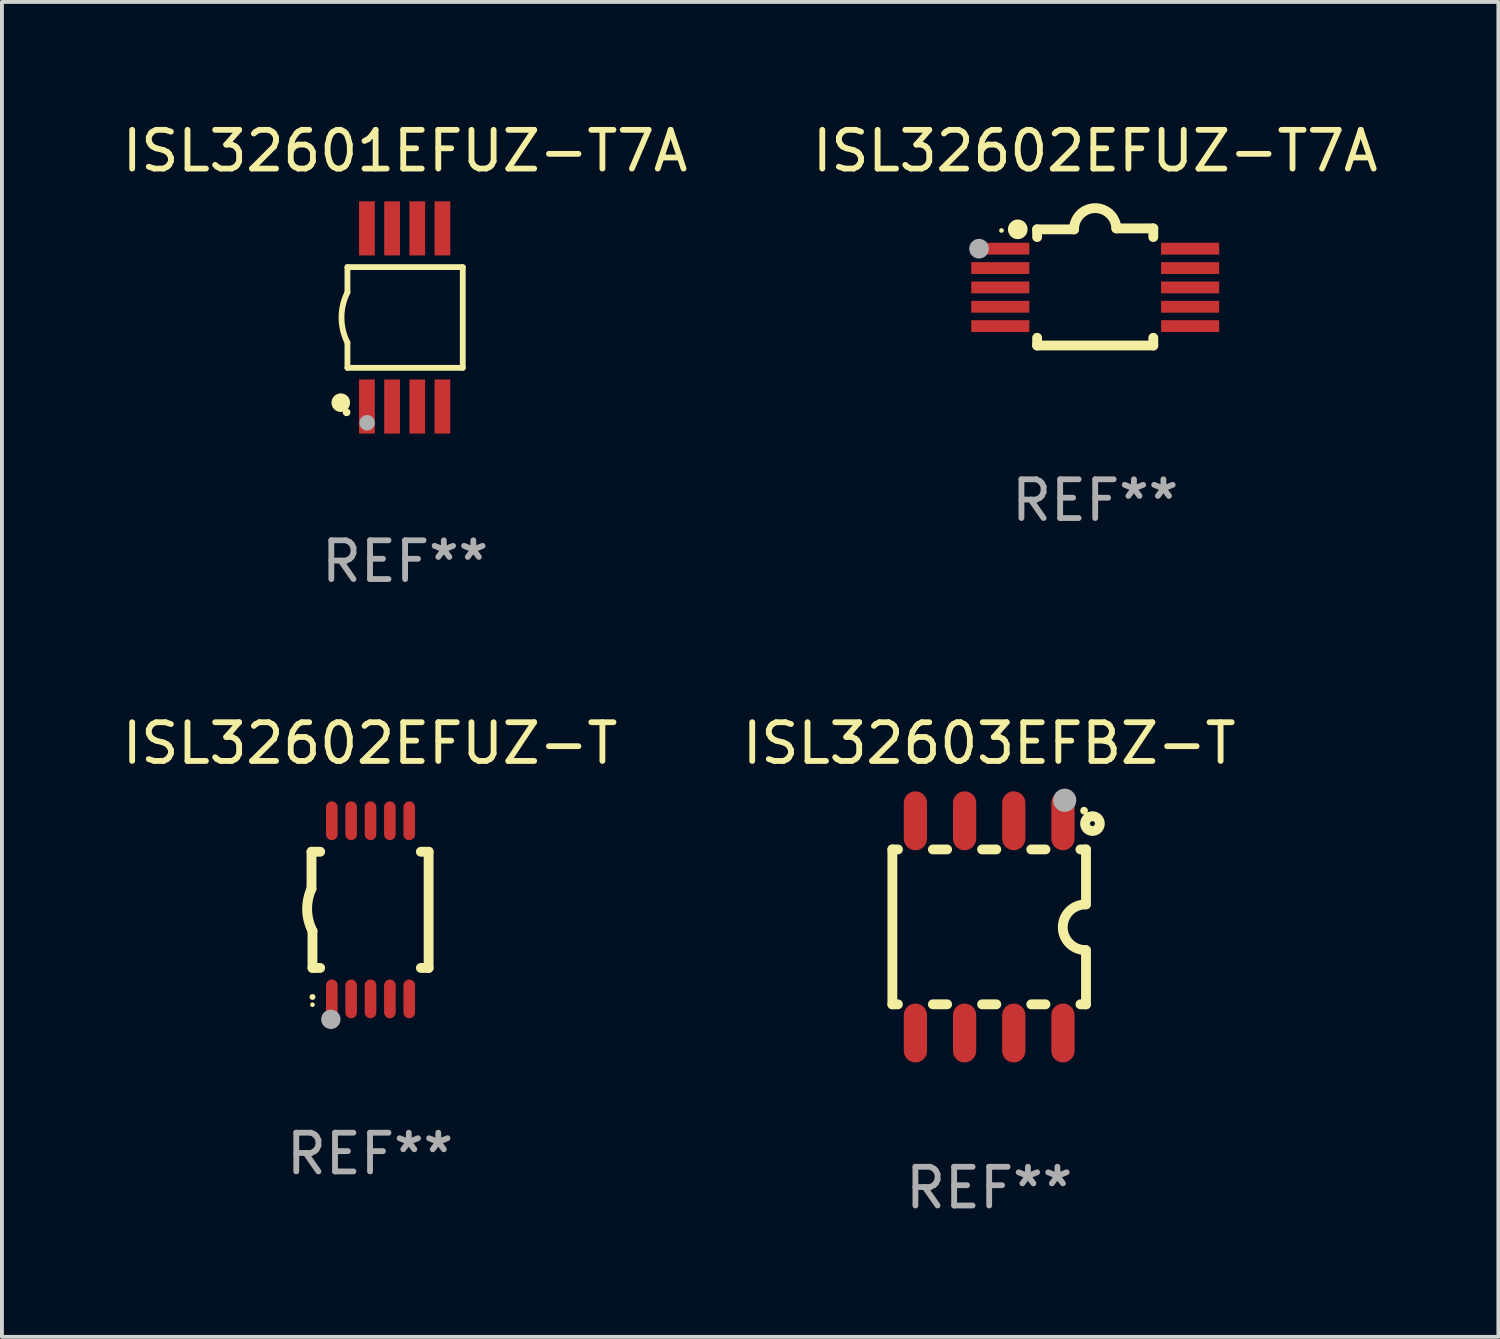
<source format=kicad_pcb>
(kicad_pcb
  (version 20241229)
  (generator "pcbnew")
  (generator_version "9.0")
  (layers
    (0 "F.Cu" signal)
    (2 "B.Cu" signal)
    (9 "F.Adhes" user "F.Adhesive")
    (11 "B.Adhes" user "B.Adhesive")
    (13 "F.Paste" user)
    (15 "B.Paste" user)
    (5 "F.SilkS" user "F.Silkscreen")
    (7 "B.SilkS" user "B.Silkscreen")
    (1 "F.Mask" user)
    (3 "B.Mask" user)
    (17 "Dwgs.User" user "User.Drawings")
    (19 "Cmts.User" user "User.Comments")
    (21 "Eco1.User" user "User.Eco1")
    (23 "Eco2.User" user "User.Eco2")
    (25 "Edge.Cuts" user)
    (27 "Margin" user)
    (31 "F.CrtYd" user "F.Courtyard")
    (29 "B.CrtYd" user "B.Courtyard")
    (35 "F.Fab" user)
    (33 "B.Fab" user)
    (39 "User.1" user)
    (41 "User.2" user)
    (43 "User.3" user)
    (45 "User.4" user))
  (footprint "ISL32602EFUZ-T"
    (layer "F.Cu")
    (at 6.506 20.445)
    (property "Reference" "ISL32602EFUZ-T" (at 0 -4.3 0) (layer "F.SilkS") (effects (font (size 1 1) (thickness 0.15))))
    (attr through_hole)
    (fp_line (start -1.512 -1.5) (end -1.512 -0.546) (stroke (width 0.254) (type solid)) (layer "F.SilkS"))
    (fp_line (start -1.487 0.546) (end -1.487 1.5) (stroke (width 0.254) (type solid)) (layer "F.SilkS"))
    (fp_line (start -1.288 -1.5) (end -1.512 -1.5) (stroke (width 0.254) (type solid)) (layer "F.SilkS"))
    (fp_line (start -1.288 1.5) (end -1.487 1.5) (stroke (width 0.254) (type solid)) (layer "F.SilkS"))
    (fp_line (start 1.512 -1.5) (end 1.312 -1.5) (stroke (width 0.254) (type solid)) (layer "F.SilkS"))
    (fp_line (start 1.512 -1.5) (end 1.512 1.5) (stroke (width 0.254) (type solid)) (layer "F.SilkS"))
    (fp_line (start 1.512 1.5) (end 1.312 1.5) (stroke (width 0.254) (type solid)) (layer "F.SilkS"))
    (fp_arc (start -1.487998 2.250013) (mid -1.486728 2.250007) (end -1.485458 2.250013) (stroke (width 0.150013) (type solid)) (layer "F.SilkS"))
    (fp_arc (start -1.486602 0.546102) (mid -1.624196 0.002905) (end -1.512002 -0.546101) (stroke (width 0.254001) (type solid)) (layer "F.SilkS"))
    (fp_circle (center -1.488 2.45) (end -1.458 2.45) (stroke (width 0.06) (type solid)) (fill no) (layer "F.SilkS"))
    (fp_circle (center -1.012 2.828) (end -0.887 2.828) (stroke (width 0.25) (type solid)) (fill no) (layer "F.Fab"))
    (fp_text user "REF**" (at 0 6.3 0) (layer "F.Fab") (effects (font (size 1 1) (thickness 0.15))))
    (pad "1" smd oval (at -0.988 2.3) (size 0.3 1) (layers "F.Cu" "F.Mask" "F.Paste"))
    (pad "2" smd oval (at -0.488 2.3) (size 0.3 1) (layers "F.Cu" "F.Mask" "F.Paste"))
    (pad "3" smd oval (at 0.012 2.3) (size 0.3 1) (layers "F.Cu" "F.Mask" "F.Paste"))
    (pad "4" smd oval (at 0.512 2.3) (size 0.3 1) (layers "F.Cu" "F.Mask" "F.Paste"))
    (pad "5" smd oval (at 1.012 2.3) (size 0.3 1) (layers "F.Cu" "F.Mask" "F.Paste"))
    (pad "6" smd oval (at 1.012 -2.3) (size 0.3 1) (layers "F.Cu" "F.Mask" "F.Paste"))
    (pad "7" smd oval (at 0.512 -2.3) (size 0.3 1) (layers "F.Cu" "F.Mask" "F.Paste"))
    (pad "8" smd oval (at 0.012 -2.3) (size 0.3 1) (layers "F.Cu" "F.Mask" "F.Paste"))
    (pad "9" smd oval (at -0.488 -2.3) (size 0.3 1) (layers "F.Cu" "F.Mask" "F.Paste"))
    (pad "10" smd oval (at -0.988 -2.3) (size 0.3 1) (layers "F.Cu" "F.Mask" "F.Paste")))
  (footprint "ISL32602EFUZ-T7A"
    (layer "F.Cu")
    (at 25.232 4.36)
    (property "Reference" "ISL32602EFUZ-T7A" (at 0 -3.512 0) (layer "F.SilkS") (effects (font (size 1 1) (thickness 0.15))))
    (attr through_hole)
    (fp_line (start -1.5 -1.288) (end -1.5 -1.487) (stroke (width 0.254) (type solid)) (layer "F.SilkS"))
    (fp_line (start -1.5 1.512) (end -1.5 1.312) (stroke (width 0.254) (type solid)) (layer "F.SilkS"))
    (fp_line (start -0.546 -1.487) (end -1.5 -1.487) (stroke (width 0.254) (type solid)) (layer "F.SilkS"))
    (fp_line (start 1.5 -1.512) (end 0.546 -1.512) (stroke (width 0.254) (type solid)) (layer "F.SilkS"))
    (fp_line (start 1.5 -1.288) (end 1.5 -1.512) (stroke (width 0.254) (type solid)) (layer "F.SilkS"))
    (fp_line (start 1.5 1.512) (end -1.5 1.512) (stroke (width 0.254) (type solid)) (layer "F.SilkS"))
    (fp_line (start 1.5 1.512) (end 1.5 1.312) (stroke (width 0.254) (type solid)) (layer "F.SilkS"))
    (fp_arc (start -0.546151 -1.486601) (mid -0.01246 -2.032889) (end 0.54605 -1.512002) (stroke (width 0.254001) (type solid)) (layer "F.SilkS"))
    (fp_circle (center -2.42 -1.458) (end -2.39 -1.458) (stroke (width 0.06) (type solid)) (fill no) (layer "F.SilkS"))
    (fp_circle (center -2 -1.488) (end -1.873 -1.488) (stroke (width 0.254) (type solid)) (fill no) (layer "F.SilkS"))
    (fp_circle (center -3 -0.988) (end -2.873 -0.988) (stroke (width 0.254) (type solid)) (fill no) (layer "F.Fab"))
    (fp_text user "REF**" (at 0 5.512 0) (layer "F.Fab") (effects (font (size 1 1) (thickness 0.15))))
    (pad "1" smd rect (at -2.451 -0.988) (size 1.5 0.305) (layers "F.Cu" "F.Mask" "F.Paste"))
    (pad "2" smd rect (at -2.451 -0.488) (size 1.5 0.305) (layers "F.Cu" "F.Mask" "F.Paste"))
    (pad "3" smd rect (at -2.451 0.012) (size 1.5 0.305) (layers "F.Cu" "F.Mask" "F.Paste"))
    (pad "4" smd rect (at -2.451 0.512) (size 1.5 0.305) (layers "F.Cu" "F.Mask" "F.Paste"))
    (pad "5" smd rect (at -2.451 1.012) (size 1.5 0.305) (layers "F.Cu" "F.Mask" "F.Paste"))
    (pad "6" smd rect (at 2.451 1.012) (size 1.5 0.305) (layers "F.Cu" "F.Mask" "F.Paste"))
    (pad "7" smd rect (at 2.451 0.512) (size 1.5 0.305) (layers "F.Cu" "F.Mask" "F.Paste"))
    (pad "8" smd rect (at 2.451 0.012) (size 1.5 0.305) (layers "F.Cu" "F.Mask" "F.Paste"))
    (pad "9" smd rect (at 2.451 -0.488) (size 1.5 0.305) (layers "F.Cu" "F.Mask" "F.Paste"))
    (pad "10" smd rect (at 2.451 -0.988) (size 1.5 0.305) (layers "F.Cu" "F.Mask" "F.Paste")))
  (footprint "ISL32601EFUZ-T7A"
    (layer "F.Cu")
    (at 7.411 5.148)
    (property "Reference" "ISL32601EFUZ-T7A" (at 0 -4.3 0) (layer "F.SilkS") (effects (font (size 1 1) (thickness 0.15))))
    (attr through_hole)
    (fp_line (start -1.489 -1.3) (end -1.489 -0.648) (stroke (width 0.15) (type solid)) (layer "F.SilkS"))
    (fp_line (start -1.489 0.648) (end -1.489 1.3) (stroke (width 0.15) (type solid)) (layer "F.SilkS"))
    (fp_line (start -1.489 1.3) (end 1.489 1.3) (stroke (width 0.15) (type solid)) (layer "F.SilkS"))
    (fp_line (start 1.489 -1.3) (end -1.489 -1.3) (stroke (width 0.15) (type solid)) (layer "F.SilkS"))
    (fp_line (start 1.489 1.3) (end 1.489 -1.3) (stroke (width 0.15) (type solid)) (layer "F.SilkS"))
    (fp_arc (start -1.489205 0.647702) (mid -1.642107 0) (end -1.489205 -0.647701) (stroke (width 0.150013) (type solid)) (layer "F.SilkS"))
    (fp_circle (center -1.661 2.2) (end -1.541 2.2) (stroke (width 0.24) (type solid)) (fill no) (layer "F.SilkS"))
    (fp_circle (center -1.511 2.45) (end -1.461 2.45) (stroke (width 0.1) (type solid)) (fill no) (layer "F.SilkS"))
    (fp_circle (center -0.981 2.72) (end -0.881 2.72) (stroke (width 0.2) (type solid)) (fill no) (layer "F.Fab"))
    (fp_text user "REF**" (at 0 6.3 0) (layer "F.Fab") (effects (font (size 1 1) (thickness 0.15))))
    (pad "1" smd rect (at -0.986 2.3) (size 0.406 1.397) (layers "F.Cu" "F.Mask" "F.Paste"))
    (pad "2" smd rect (at -0.336 2.3) (size 0.406 1.397) (layers "F.Cu" "F.Mask" "F.Paste"))
    (pad "3" smd rect (at 0.314 2.3) (size 0.406 1.397) (layers "F.Cu" "F.Mask" "F.Paste"))
    (pad "4" smd rect (at 0.964 2.3) (size 0.406 1.397) (layers "F.Cu" "F.Mask" "F.Paste"))
    (pad "5" smd rect (at 0.964 -2.3) (size 0.406 1.397) (layers "F.Cu" "F.Mask" "F.Paste"))
    (pad "6" smd rect (at 0.314 -2.3) (size 0.406 1.397) (layers "F.Cu" "F.Mask" "F.Paste"))
    (pad "7" smd rect (at -0.336 -2.3) (size 0.406 1.397) (layers "F.Cu" "F.Mask" "F.Paste"))
    (pad "8" smd rect (at -0.986 -2.3) (size 0.406 1.397) (layers "F.Cu" "F.Mask" "F.Paste")))
  (footprint "ISL32603EFBZ-T"
    (layer "F.Cu")
    (at 22.494 20.885)
    (property "Reference" "ISL32603EFBZ-T" (at 0 -4.74 0) (layer "F.SilkS") (effects (font (size 1 1) (thickness 0.15))))
    (attr through_hole)
    (fp_line (start -2.5 2) (end -2.5 -2) (stroke (width 0.254) (type solid)) (layer "F.SilkS"))
    (fp_line (start -2.356 -2) (end -2.5 -2) (stroke (width 0.254) (type solid)) (layer "F.SilkS"))
    (fp_line (start -2.356 2) (end -2.5 2) (stroke (width 0.254) (type solid)) (layer "F.SilkS"))
    (fp_line (start -1.086 -2) (end -1.454 -2) (stroke (width 0.254) (type solid)) (layer "F.SilkS"))
    (fp_line (start -1.086 2) (end -1.454 2) (stroke (width 0.254) (type solid)) (layer "F.SilkS"))
    (fp_line (start 0.184 -2) (end -0.184 -2) (stroke (width 0.254) (type solid)) (layer "F.SilkS"))
    (fp_line (start 0.184 2) (end -0.184 2) (stroke (width 0.254) (type solid)) (layer "F.SilkS"))
    (fp_line (start 1.454 -2) (end 1.086 -2) (stroke (width 0.254) (type solid)) (layer "F.SilkS"))
    (fp_line (start 1.454 2) (end 1.086 2) (stroke (width 0.254) (type solid)) (layer "F.SilkS"))
    (fp_line (start 2.5 -2) (end 2.356 -2) (stroke (width 0.254) (type solid)) (layer "F.SilkS"))
    (fp_line (start 2.5 -0.58) (end 2.5 -2) (stroke (width 0.254) (type solid)) (layer "F.SilkS"))
    (fp_line (start 2.5 2) (end 2.356 2) (stroke (width 0.254) (type solid)) (layer "F.SilkS"))
    (fp_line (start 2.5 2) (end 2.5 0.6) (stroke (width 0.254) (type solid)) (layer "F.SilkS"))
    (fp_arc (start 2.489992 0.600051) (mid 1.901674 0.010046) (end 2.489992 -0.579959) (stroke (width 0.254001) (type solid)) (layer "F.SilkS"))
    (fp_circle (center 2.45 -3) (end 2.5 -3) (stroke (width 0.1) (type solid)) (fill no) (layer "F.SilkS"))
    (fp_circle (center 2.667 -2.667) (end 2.858 -2.667) (stroke (width 0.254) (type solid)) (fill no) (layer "F.SilkS"))
    (fp_circle (center 1.95 -3.27) (end 2.1 -3.27) (stroke (width 0.3) (type solid)) (fill no) (layer "F.Fab"))
    (fp_text user "REF**" (at 0 6.74 0) (layer "F.Fab") (effects (font (size 1 1) (thickness 0.15))))
    (pad "1" smd oval (at 1.905 -2.74) (size 0.6 1.52) (layers "F.Cu" "F.Mask" "F.Paste"))
    (pad "2" smd oval (at 0.635 -2.74) (size 0.6 1.52) (layers "F.Cu" "F.Mask" "F.Paste"))
    (pad "3" smd oval (at -0.635 -2.74) (size 0.6 1.52) (layers "F.Cu" "F.Mask" "F.Paste"))
    (pad "4" smd oval (at -1.905 -2.74) (size 0.6 1.52) (layers "F.Cu" "F.Mask" "F.Paste"))
    (pad "5" smd oval (at -1.905 2.74) (size 0.6 1.52) (layers "F.Cu" "F.Mask" "F.Paste"))
    (pad "6" smd oval (at -0.635 2.74) (size 0.6 1.52) (layers "F.Cu" "F.Mask" "F.Paste"))
    (pad "7" smd oval (at 0.635 2.74) (size 0.6 1.52) (layers "F.Cu" "F.Mask" "F.Paste"))
    (pad "8" smd oval (at 1.905 2.74) (size 0.6 1.52) (layers "F.Cu" "F.Mask" "F.Paste")))
  (gr_rect
    (start -3 -3)
    (end 35.643 31.473)
    (stroke (width 0.1) (type default))
    (fill no)
    (layer "Edge.Cuts")))
</source>
